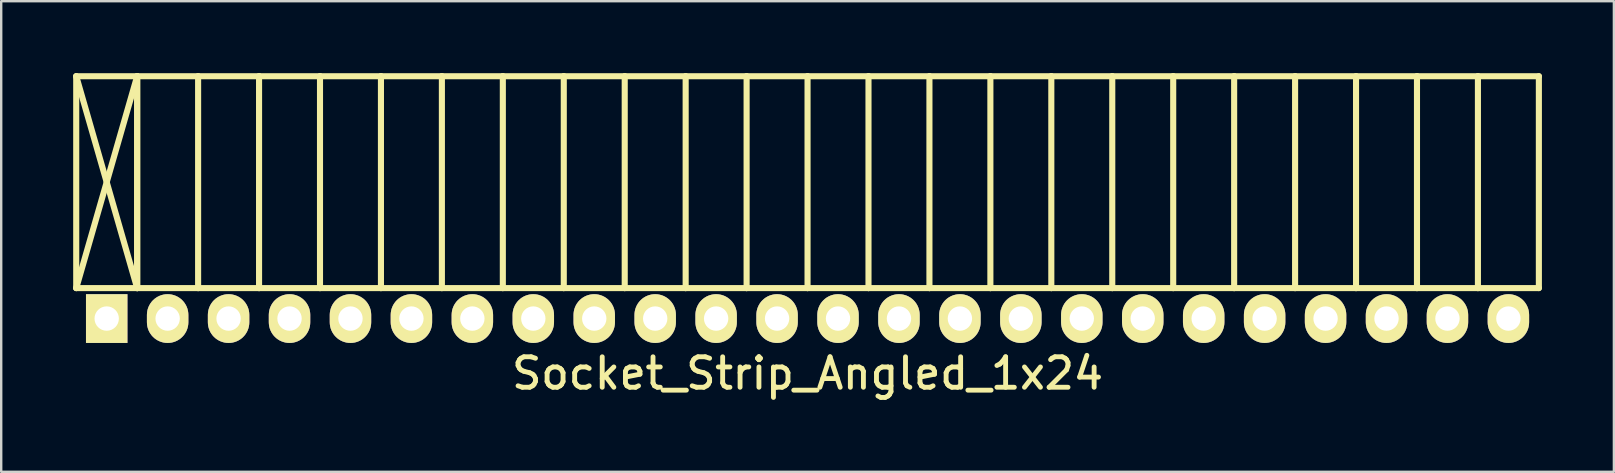
<source format=kicad_pcb>
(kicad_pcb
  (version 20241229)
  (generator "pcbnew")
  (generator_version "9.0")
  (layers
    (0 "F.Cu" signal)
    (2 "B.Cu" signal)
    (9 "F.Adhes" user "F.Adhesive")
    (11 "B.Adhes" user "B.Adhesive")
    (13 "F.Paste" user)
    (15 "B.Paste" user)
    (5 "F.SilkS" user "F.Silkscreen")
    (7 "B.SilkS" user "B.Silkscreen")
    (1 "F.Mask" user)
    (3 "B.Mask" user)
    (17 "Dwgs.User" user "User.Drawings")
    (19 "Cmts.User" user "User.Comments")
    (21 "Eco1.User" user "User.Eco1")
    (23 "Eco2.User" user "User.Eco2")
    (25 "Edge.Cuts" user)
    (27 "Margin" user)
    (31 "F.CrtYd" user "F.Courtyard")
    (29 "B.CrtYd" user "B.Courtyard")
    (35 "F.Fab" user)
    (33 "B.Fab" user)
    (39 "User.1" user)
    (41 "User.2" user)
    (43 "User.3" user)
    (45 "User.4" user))
  (footprint "Socket_Strip_Angled_1x24"
    (layer "F.Cu")
    (at 30.607 10.227)
    (property "Reference" "Socket_Strip_Angled_1x24" (at 0 2.286 0) (layer "F.SilkS") (effects (font (size 1.27 1.27) (thickness 0.203))))
    (attr through_hole)
    (fp_line (start -30.48 -10.1) (end -27.94 -10.1) (stroke (width 0.254) (type solid)) (layer "F.SilkS"))
    (fp_line (start -30.48 -10.1) (end -27.94 -1.27) (stroke (width 0.254) (type solid)) (layer "F.SilkS"))
    (fp_line (start -30.48 -1.27) (end -30.48 -10.1) (stroke (width 0.254) (type solid)) (layer "F.SilkS"))
    (fp_line (start -30.48 -1.27) (end -27.94 -10.1) (stroke (width 0.254) (type solid)) (layer "F.SilkS"))
    (fp_line (start -30.48 -1.27) (end -27.94 -1.27) (stroke (width 0.254) (type solid)) (layer "F.SilkS"))
    (fp_line (start -27.94 -10.1) (end -27.94 -1.27) (stroke (width 0.254) (type solid)) (layer "F.SilkS"))
    (fp_line (start -27.94 -10.1) (end -25.4 -10.1) (stroke (width 0.254) (type solid)) (layer "F.SilkS"))
    (fp_line (start -27.94 -1.27) (end -27.94 -10.1) (stroke (width 0.254) (type solid)) (layer "F.SilkS"))
    (fp_line (start -27.94 -1.27) (end -25.4 -1.27) (stroke (width 0.254) (type solid)) (layer "F.SilkS"))
    (fp_line (start -25.4 -10.1) (end -25.4 -1.27) (stroke (width 0.254) (type solid)) (layer "F.SilkS"))
    (fp_line (start -25.4 -10.1) (end -22.86 -10.1) (stroke (width 0.254) (type solid)) (layer "F.SilkS"))
    (fp_line (start -25.4 -1.27) (end -22.86 -1.27) (stroke (width 0.254) (type solid)) (layer "F.SilkS"))
    (fp_line (start -22.86 -10.1) (end -22.86 -1.27) (stroke (width 0.254) (type solid)) (layer "F.SilkS"))
    (fp_line (start -22.86 -10.1) (end -20.32 -10.1) (stroke (width 0.254) (type solid)) (layer "F.SilkS"))
    (fp_line (start -22.86 -1.27) (end -20.32 -1.27) (stroke (width 0.254) (type solid)) (layer "F.SilkS"))
    (fp_line (start -20.32 -10.1) (end -20.32 -1.27) (stroke (width 0.254) (type solid)) (layer "F.SilkS"))
    (fp_line (start -20.32 -10.1) (end -17.78 -10.1) (stroke (width 0.254) (type solid)) (layer "F.SilkS"))
    (fp_line (start -20.32 -1.27) (end -17.78 -1.27) (stroke (width 0.254) (type solid)) (layer "F.SilkS"))
    (fp_line (start -17.78 -10.1) (end -17.78 -1.27) (stroke (width 0.254) (type solid)) (layer "F.SilkS"))
    (fp_line (start -17.78 -10.1) (end -15.24 -10.1) (stroke (width 0.254) (type solid)) (layer "F.SilkS"))
    (fp_line (start -17.78 -1.27) (end -15.24 -1.27) (stroke (width 0.254) (type solid)) (layer "F.SilkS"))
    (fp_line (start -15.24 -10.1) (end -15.24 -1.27) (stroke (width 0.254) (type solid)) (layer "F.SilkS"))
    (fp_line (start -15.24 -10.1) (end -12.7 -10.1) (stroke (width 0.254) (type solid)) (layer "F.SilkS"))
    (fp_line (start -15.24 -1.27) (end -12.7 -1.27) (stroke (width 0.254) (type solid)) (layer "F.SilkS"))
    (fp_line (start -12.7 -10.1) (end -12.7 -1.27) (stroke (width 0.254) (type solid)) (layer "F.SilkS"))
    (fp_line (start -12.7 -10.1) (end -10.16 -10.1) (stroke (width 0.254) (type solid)) (layer "F.SilkS"))
    (fp_line (start -12.7 -1.27) (end -10.16 -1.27) (stroke (width 0.254) (type solid)) (layer "F.SilkS"))
    (fp_line (start -10.16 -10.1) (end -10.16 -1.27) (stroke (width 0.254) (type solid)) (layer "F.SilkS"))
    (fp_line (start -10.16 -10.1) (end -7.62 -10.1) (stroke (width 0.254) (type solid)) (layer "F.SilkS"))
    (fp_line (start -10.16 -1.27) (end -7.62 -1.27) (stroke (width 0.254) (type solid)) (layer "F.SilkS"))
    (fp_line (start -7.62 -10.1) (end -7.62 -1.27) (stroke (width 0.254) (type solid)) (layer "F.SilkS"))
    (fp_line (start -7.62 -10.1) (end -5.08 -10.1) (stroke (width 0.254) (type solid)) (layer "F.SilkS"))
    (fp_line (start -7.62 -1.27) (end -5.08 -1.27) (stroke (width 0.254) (type solid)) (layer "F.SilkS"))
    (fp_line (start -5.08 -10.1) (end -5.08 -1.27) (stroke (width 0.254) (type solid)) (layer "F.SilkS"))
    (fp_line (start -5.08 -10.1) (end -2.54 -10.1) (stroke (width 0.254) (type solid)) (layer "F.SilkS"))
    (fp_line (start -5.08 -1.27) (end -2.54 -1.27) (stroke (width 0.254) (type solid)) (layer "F.SilkS"))
    (fp_line (start -2.54 -10.1) (end -2.54 -1.27) (stroke (width 0.254) (type solid)) (layer "F.SilkS"))
    (fp_line (start -2.54 -10.1) (end 0 -10.1) (stroke (width 0.254) (type solid)) (layer "F.SilkS"))
    (fp_line (start -2.54 -1.27) (end 0 -1.27) (stroke (width 0.254) (type solid)) (layer "F.SilkS"))
    (fp_line (start 0 -10.1) (end 0 -1.27) (stroke (width 0.254) (type solid)) (layer "F.SilkS"))
    (fp_line (start 0 -10.1) (end 2.54 -10.1) (stroke (width 0.254) (type solid)) (layer "F.SilkS"))
    (fp_line (start 0 -1.27) (end 2.54 -1.27) (stroke (width 0.254) (type solid)) (layer "F.SilkS"))
    (fp_line (start 2.54 -10.1) (end 2.54 -1.27) (stroke (width 0.254) (type solid)) (layer "F.SilkS"))
    (fp_line (start 2.54 -10.1) (end 5.08 -10.1) (stroke (width 0.254) (type solid)) (layer "F.SilkS"))
    (fp_line (start 2.54 -1.27) (end 5.08 -1.27) (stroke (width 0.254) (type solid)) (layer "F.SilkS"))
    (fp_line (start 5.08 -10.1) (end 5.08 -1.27) (stroke (width 0.254) (type solid)) (layer "F.SilkS"))
    (fp_line (start 5.08 -10.1) (end 7.62 -10.1) (stroke (width 0.254) (type solid)) (layer "F.SilkS"))
    (fp_line (start 5.08 -1.27) (end 7.62 -1.27) (stroke (width 0.254) (type solid)) (layer "F.SilkS"))
    (fp_line (start 7.62 -10.1) (end 7.62 -1.27) (stroke (width 0.254) (type solid)) (layer "F.SilkS"))
    (fp_line (start 7.62 -10.1) (end 10.16 -10.1) (stroke (width 0.254) (type solid)) (layer "F.SilkS"))
    (fp_line (start 7.62 -1.27) (end 10.16 -1.27) (stroke (width 0.254) (type solid)) (layer "F.SilkS"))
    (fp_line (start 10.16 -10.1) (end 10.16 -1.27) (stroke (width 0.254) (type solid)) (layer "F.SilkS"))
    (fp_line (start 10.16 -10.1) (end 12.7 -10.1) (stroke (width 0.254) (type solid)) (layer "F.SilkS"))
    (fp_line (start 10.16 -1.27) (end 12.7 -1.27) (stroke (width 0.254) (type solid)) (layer "F.SilkS"))
    (fp_line (start 12.7 -10.1) (end 12.7 -1.27) (stroke (width 0.254) (type solid)) (layer "F.SilkS"))
    (fp_line (start 12.7 -10.1) (end 15.24 -10.1) (stroke (width 0.254) (type solid)) (layer "F.SilkS"))
    (fp_line (start 12.7 -1.27) (end 15.24 -1.27) (stroke (width 0.254) (type solid)) (layer "F.SilkS"))
    (fp_line (start 15.24 -10.1) (end 15.24 -1.27) (stroke (width 0.254) (type solid)) (layer "F.SilkS"))
    (fp_line (start 15.24 -10.1) (end 17.78 -10.1) (stroke (width 0.254) (type solid)) (layer "F.SilkS"))
    (fp_line (start 15.24 -1.27) (end 17.78 -1.27) (stroke (width 0.254) (type solid)) (layer "F.SilkS"))
    (fp_line (start 17.78 -10.1) (end 17.78 -1.27) (stroke (width 0.254) (type solid)) (layer "F.SilkS"))
    (fp_line (start 17.78 -10.1) (end 20.32 -10.1) (stroke (width 0.254) (type solid)) (layer "F.SilkS"))
    (fp_line (start 17.78 -1.27) (end 20.32 -1.27) (stroke (width 0.254) (type solid)) (layer "F.SilkS"))
    (fp_line (start 20.32 -10.1) (end 20.32 -1.27) (stroke (width 0.254) (type solid)) (layer "F.SilkS"))
    (fp_line (start 20.32 -10.1) (end 22.86 -10.1) (stroke (width 0.254) (type solid)) (layer "F.SilkS"))
    (fp_line (start 20.32 -1.27) (end 22.86 -1.27) (stroke (width 0.254) (type solid)) (layer "F.SilkS"))
    (fp_line (start 22.86 -10.1) (end 22.86 -1.27) (stroke (width 0.254) (type solid)) (layer "F.SilkS"))
    (fp_line (start 22.86 -10.1) (end 25.4 -10.1) (stroke (width 0.254) (type solid)) (layer "F.SilkS"))
    (fp_line (start 22.86 -1.27) (end 25.4 -1.27) (stroke (width 0.254) (type solid)) (layer "F.SilkS"))
    (fp_line (start 25.4 -10.1) (end 25.4 -1.27) (stroke (width 0.254) (type solid)) (layer "F.SilkS"))
    (fp_line (start 25.4 -10.1) (end 27.94 -10.1) (stroke (width 0.254) (type solid)) (layer "F.SilkS"))
    (fp_line (start 25.4 -1.27) (end 27.94 -1.27) (stroke (width 0.254) (type solid)) (layer "F.SilkS"))
    (fp_line (start 27.94 -10.1) (end 27.94 -1.27) (stroke (width 0.254) (type solid)) (layer "F.SilkS"))
    (fp_line (start 27.94 -10.1) (end 30.48 -10.1) (stroke (width 0.254) (type solid)) (layer "F.SilkS"))
    (fp_line (start 27.94 -1.27) (end 30.48 -1.27) (stroke (width 0.254) (type solid)) (layer "F.SilkS"))
    (fp_line (start 30.48 -10.1) (end 30.48 -1.27) (stroke (width 0.254) (type solid)) (layer "F.SilkS"))
    (pad "1" thru_hole rect (at -29.21 0) (size 1.727 2.032) (drill 1.016) (layers "*.Cu" "*.Mask" "F.SilkS"))
    (pad "2" thru_hole oval (at -26.67 0) (size 1.727 2.032) (drill 1.016) (layers "*.Cu" "*.Mask" "F.SilkS"))
    (pad "3" thru_hole oval (at -24.13 0) (size 1.727 2.032) (drill 1.016) (layers "*.Cu" "*.Mask" "F.SilkS"))
    (pad "4" thru_hole oval (at -21.59 0) (size 1.727 2.032) (drill 1.016) (layers "*.Cu" "*.Mask" "F.SilkS"))
    (pad "5" thru_hole oval (at -19.05 0) (size 1.727 2.032) (drill 1.016) (layers "*.Cu" "*.Mask" "F.SilkS"))
    (pad "6" thru_hole oval (at -16.51 0) (size 1.727 2.032) (drill 1.016) (layers "*.Cu" "*.Mask" "F.SilkS"))
    (pad "7" thru_hole oval (at -13.97 0) (size 1.727 2.032) (drill 1.016) (layers "*.Cu" "*.Mask" "F.SilkS"))
    (pad "8" thru_hole oval (at -11.43 0) (size 1.727 2.032) (drill 1.016) (layers "*.Cu" "*.Mask" "F.SilkS"))
    (pad "9" thru_hole oval (at -8.89 0) (size 1.727 2.032) (drill 1.016) (layers "*.Cu" "*.Mask" "F.SilkS"))
    (pad "10" thru_hole oval (at -6.35 0) (size 1.727 2.032) (drill 1.016) (layers "*.Cu" "*.Mask" "F.SilkS"))
    (pad "11" thru_hole oval (at -3.81 0) (size 1.727 2.032) (drill 1.016) (layers "*.Cu" "*.Mask" "F.SilkS"))
    (pad "12" thru_hole oval (at -1.27 0) (size 1.727 2.032) (drill 1.016) (layers "*.Cu" "*.Mask" "F.SilkS"))
    (pad "13" thru_hole oval (at 1.27 0) (size 1.727 2.032) (drill 1.016) (layers "*.Cu" "*.Mask" "F.SilkS"))
    (pad "14" thru_hole oval (at 3.81 0) (size 1.727 2.032) (drill 1.016) (layers "*.Cu" "*.Mask" "F.SilkS"))
    (pad "15" thru_hole oval (at 6.35 0) (size 1.727 2.032) (drill 1.016) (layers "*.Cu" "*.Mask" "F.SilkS"))
    (pad "16" thru_hole oval (at 8.89 0) (size 1.727 2.032) (drill 1.016) (layers "*.Cu" "*.Mask" "F.SilkS"))
    (pad "17" thru_hole oval (at 11.43 0) (size 1.727 2.032) (drill 1.016) (layers "*.Cu" "*.Mask" "F.SilkS"))
    (pad "18" thru_hole oval (at 13.97 0) (size 1.727 2.032) (drill 1.016) (layers "*.Cu" "*.Mask" "F.SilkS"))
    (pad "19" thru_hole oval (at 16.51 0) (size 1.727 2.032) (drill 1.016) (layers "*.Cu" "*.Mask" "F.SilkS"))
    (pad "20" thru_hole oval (at 19.05 0) (size 1.727 2.032) (drill 1.016) (layers "*.Cu" "*.Mask" "F.SilkS"))
    (pad "21" thru_hole oval (at 21.59 0) (size 1.727 2.032) (drill 1.016) (layers "*.Cu" "*.Mask" "F.SilkS"))
    (pad "22" thru_hole oval (at 24.13 0) (size 1.727 2.032) (drill 1.016) (layers "*.Cu" "*.Mask" "F.SilkS"))
    (pad "23" thru_hole oval (at 26.67 0) (size 1.727 2.032) (drill 1.016) (layers "*.Cu" "*.Mask" "F.SilkS"))
    (pad "24" thru_hole oval (at 29.21 0) (size 1.727 2.032) (drill 1.016) (layers "*.Cu" "*.Mask" "F.SilkS")))
  (gr_rect
    (start -3 -3)
    (end 64.214 16.613)
    (stroke (width 0.1) (type default))
    (fill no)
    (layer "Edge.Cuts")))
</source>
